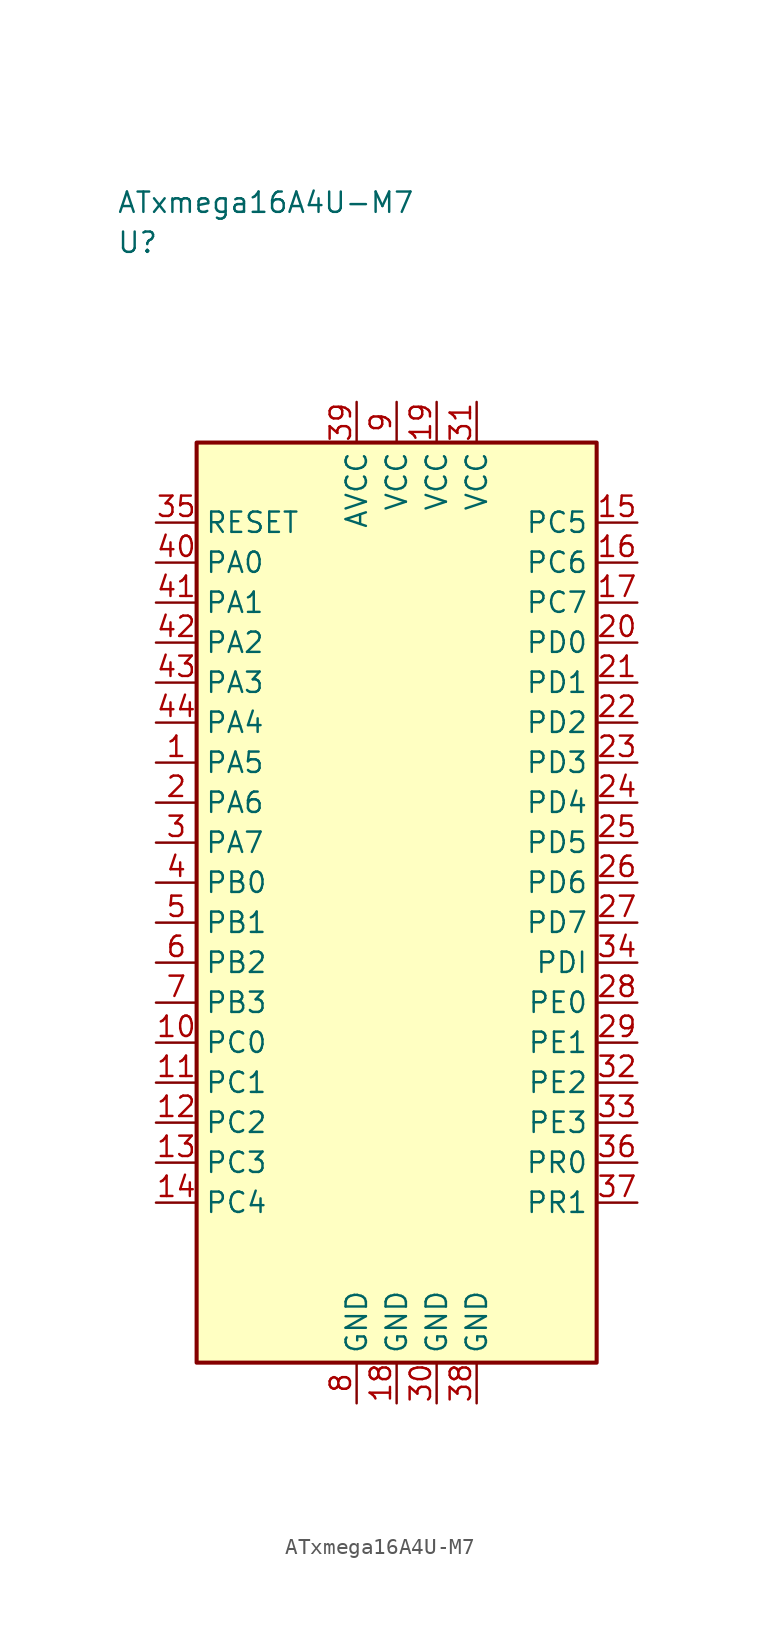
<source format=kicad_sym>
(kicad_symbol_lib
  (version 20241025)
  (generator "kicad_symbol_editor")
  (generator_version "8.0")
  (symbol "ATxmega16A4U-M7"
    (property "Reference" "U"
      (at -17.5 41.25 0)
      (effects (font (size 1.27 1.27)) (justify left)))
    (property "Value" "ATxmega16A4U-M7"
      (at -17.5 43.75 0)
      (effects (font (size 1.27 1.27)) (justify left)))
    (symbol "ATxmega16A4U-M7_0_1"
      (rectangle (start -12.5 28.75) (end 12.5 -28.75) (stroke (width 0.254) (type default)) (fill (type background))))
    (symbol "ATxmega16A4U-M7_1_1"
      (pin bidirectional line (at -15.04 8.75 0.0) (length 2.54) (name "PA5" (effects (font (size 1.27 1.27)))) (number "1" (effects (font (size 1.27 1.27)))))
      (pin bidirectional line (at -15.04 6.25 0.0) (length 2.54) (name "PA6" (effects (font (size 1.27 1.27)))) (number "2" (effects (font (size 1.27 1.27)))))
      (pin bidirectional line (at -15.04 3.75 0.0) (length 2.54) (name "PA7" (effects (font (size 1.27 1.27)))) (number "3" (effects (font (size 1.27 1.27)))))
      (pin bidirectional line (at -15.04 1.25 0.0) (length 2.54) (name "PB0" (effects (font (size 1.27 1.27)))) (number "4" (effects (font (size 1.27 1.27)))))
      (pin bidirectional line (at -15.04 -1.25 0.0) (length 2.54) (name "PB1" (effects (font (size 1.27 1.27)))) (number "5" (effects (font (size 1.27 1.27)))))
      (pin bidirectional line (at -15.04 -3.75 0.0) (length 2.54) (name "PB2" (effects (font (size 1.27 1.27)))) (number "6" (effects (font (size 1.27 1.27)))))
      (pin bidirectional line (at -15.04 -6.25 0.0) (length 2.54) (name "PB3" (effects (font (size 1.27 1.27)))) (number "7" (effects (font (size 1.27 1.27)))))
      (pin passive line (at -2.5 -31.29 90.0) (length 2.54) (name "GND" (effects (font (size 1.27 1.27)))) (number "8" (effects (font (size 1.27 1.27)))))
      (pin power_in line (at 0.0 31.29 270.0) (length 2.54) (name "VCC" (effects (font (size 1.27 1.27)))) (number "9" (effects (font (size 1.27 1.27)))))
      (pin bidirectional line (at -15.04 -8.75 0.0) (length 2.54) (name "PC0" (effects (font (size 1.27 1.27)))) (number "10" (effects (font (size 1.27 1.27)))))
      (pin bidirectional line (at -15.04 -11.25 0.0) (length 2.54) (name "PC1" (effects (font (size 1.27 1.27)))) (number "11" (effects (font (size 1.27 1.27)))))
      (pin bidirectional line (at -15.04 -13.75 0.0) (length 2.54) (name "PC2" (effects (font (size 1.27 1.27)))) (number "12" (effects (font (size 1.27 1.27)))))
      (pin bidirectional line (at -15.04 -16.25 0.0) (length 2.54) (name "PC3" (effects (font (size 1.27 1.27)))) (number "13" (effects (font (size 1.27 1.27)))))
      (pin bidirectional line (at -15.04 -18.75 0.0) (length 2.54) (name "PC4" (effects (font (size 1.27 1.27)))) (number "14" (effects (font (size 1.27 1.27)))))
      (pin bidirectional line (at 15.04 23.75 180.0) (length 2.54) (name "PC5" (effects (font (size 1.27 1.27)))) (number "15" (effects (font (size 1.27 1.27)))))
      (pin bidirectional line (at 15.04 21.25 180.0) (length 2.54) (name "PC6" (effects (font (size 1.27 1.27)))) (number "16" (effects (font (size 1.27 1.27)))))
      (pin bidirectional line (at 15.04 18.75 180.0) (length 2.54) (name "PC7" (effects (font (size 1.27 1.27)))) (number "17" (effects (font (size 1.27 1.27)))))
      (pin passive line (at 0.0 -31.29 90.0) (length 2.54) (name "GND" (effects (font (size 1.27 1.27)))) (number "18" (effects (font (size 1.27 1.27)))))
      (pin power_in line (at 2.5 31.29 270.0) (length 2.54) (name "VCC" (effects (font (size 1.27 1.27)))) (number "19" (effects (font (size 1.27 1.27)))))
      (pin bidirectional line (at 15.04 16.25 180.0) (length 2.54) (name "PD0" (effects (font (size 1.27 1.27)))) (number "20" (effects (font (size 1.27 1.27)))))
      (pin bidirectional line (at 15.04 13.75 180.0) (length 2.54) (name "PD1" (effects (font (size 1.27 1.27)))) (number "21" (effects (font (size 1.27 1.27)))))
      (pin bidirectional line (at 15.04 11.25 180.0) (length 2.54) (name "PD2" (effects (font (size 1.27 1.27)))) (number "22" (effects (font (size 1.27 1.27)))))
      (pin bidirectional line (at 15.04 8.75 180.0) (length 2.54) (name "PD3" (effects (font (size 1.27 1.27)))) (number "23" (effects (font (size 1.27 1.27)))))
      (pin bidirectional line (at 15.04 6.25 180.0) (length 2.54) (name "PD4" (effects (font (size 1.27 1.27)))) (number "24" (effects (font (size 1.27 1.27)))))
      (pin bidirectional line (at 15.04 3.75 180.0) (length 2.54) (name "PD5" (effects (font (size 1.27 1.27)))) (number "25" (effects (font (size 1.27 1.27)))))
      (pin bidirectional line (at 15.04 1.25 180.0) (length 2.54) (name "PD6" (effects (font (size 1.27 1.27)))) (number "26" (effects (font (size 1.27 1.27)))))
      (pin bidirectional line (at 15.04 -1.25 180.0) (length 2.54) (name "PD7" (effects (font (size 1.27 1.27)))) (number "27" (effects (font (size 1.27 1.27)))))
      (pin bidirectional line (at 15.04 -6.25 180.0) (length 2.54) (name "PE0" (effects (font (size 1.27 1.27)))) (number "28" (effects (font (size 1.27 1.27)))))
      (pin bidirectional line (at 15.04 -8.75 180.0) (length 2.54) (name "PE1" (effects (font (size 1.27 1.27)))) (number "29" (effects (font (size 1.27 1.27)))))
      (pin passive line (at 2.5 -31.29 90.0) (length 2.54) (name "GND" (effects (font (size 1.27 1.27)))) (number "30" (effects (font (size 1.27 1.27)))))
      (pin power_in line (at 5.0 31.29 270.0) (length 2.54) (name "VCC" (effects (font (size 1.27 1.27)))) (number "31" (effects (font (size 1.27 1.27)))))
      (pin bidirectional line (at 15.04 -11.25 180.0) (length 2.54) (name "PE2" (effects (font (size 1.27 1.27)))) (number "32" (effects (font (size 1.27 1.27)))))
      (pin bidirectional line (at 15.04 -13.75 180.0) (length 2.54) (name "PE3" (effects (font (size 1.27 1.27)))) (number "33" (effects (font (size 1.27 1.27)))))
      (pin bidirectional line (at 15.04 -3.75 180.0) (length 2.54) (name "PDI" (effects (font (size 1.27 1.27)))) (number "34" (effects (font (size 1.27 1.27)))))
      (pin input line (at -15.04 23.75 0.0) (length 2.54) (name "RESET" (effects (font (size 1.27 1.27)))) (number "35" (effects (font (size 1.27 1.27)))))
      (pin bidirectional line (at 15.04 -16.25 180.0) (length 2.54) (name "PR0" (effects (font (size 1.27 1.27)))) (number "36" (effects (font (size 1.27 1.27)))))
      (pin bidirectional line (at 15.04 -18.75 180.0) (length 2.54) (name "PR1" (effects (font (size 1.27 1.27)))) (number "37" (effects (font (size 1.27 1.27)))))
      (pin passive line (at 5.0 -31.29 90.0) (length 2.54) (name "GND" (effects (font (size 1.27 1.27)))) (number "38" (effects (font (size 1.27 1.27)))))
      (pin power_in line (at -2.5 31.29 270.0) (length 2.54) (name "AVCC" (effects (font (size 1.27 1.27)))) (number "39" (effects (font (size 1.27 1.27)))))
      (pin bidirectional line (at -15.04 21.25 0.0) (length 2.54) (name "PA0" (effects (font (size 1.27 1.27)))) (number "40" (effects (font (size 1.27 1.27)))))
      (pin bidirectional line (at -15.04 18.75 0.0) (length 2.54) (name "PA1" (effects (font (size 1.27 1.27)))) (number "41" (effects (font (size 1.27 1.27)))))
      (pin bidirectional line (at -15.04 16.25 0.0) (length 2.54) (name "PA2" (effects (font (size 1.27 1.27)))) (number "42" (effects (font (size 1.27 1.27)))))
      (pin bidirectional line (at -15.04 13.75 0.0) (length 2.54) (name "PA3" (effects (font (size 1.27 1.27)))) (number "43" (effects (font (size 1.27 1.27)))))
      (pin bidirectional line (at -15.04 11.25 0.0) (length 2.54) (name "PA4" (effects (font (size 1.27 1.27)))) (number "44" (effects (font (size 1.27 1.27))))))))
</source>
